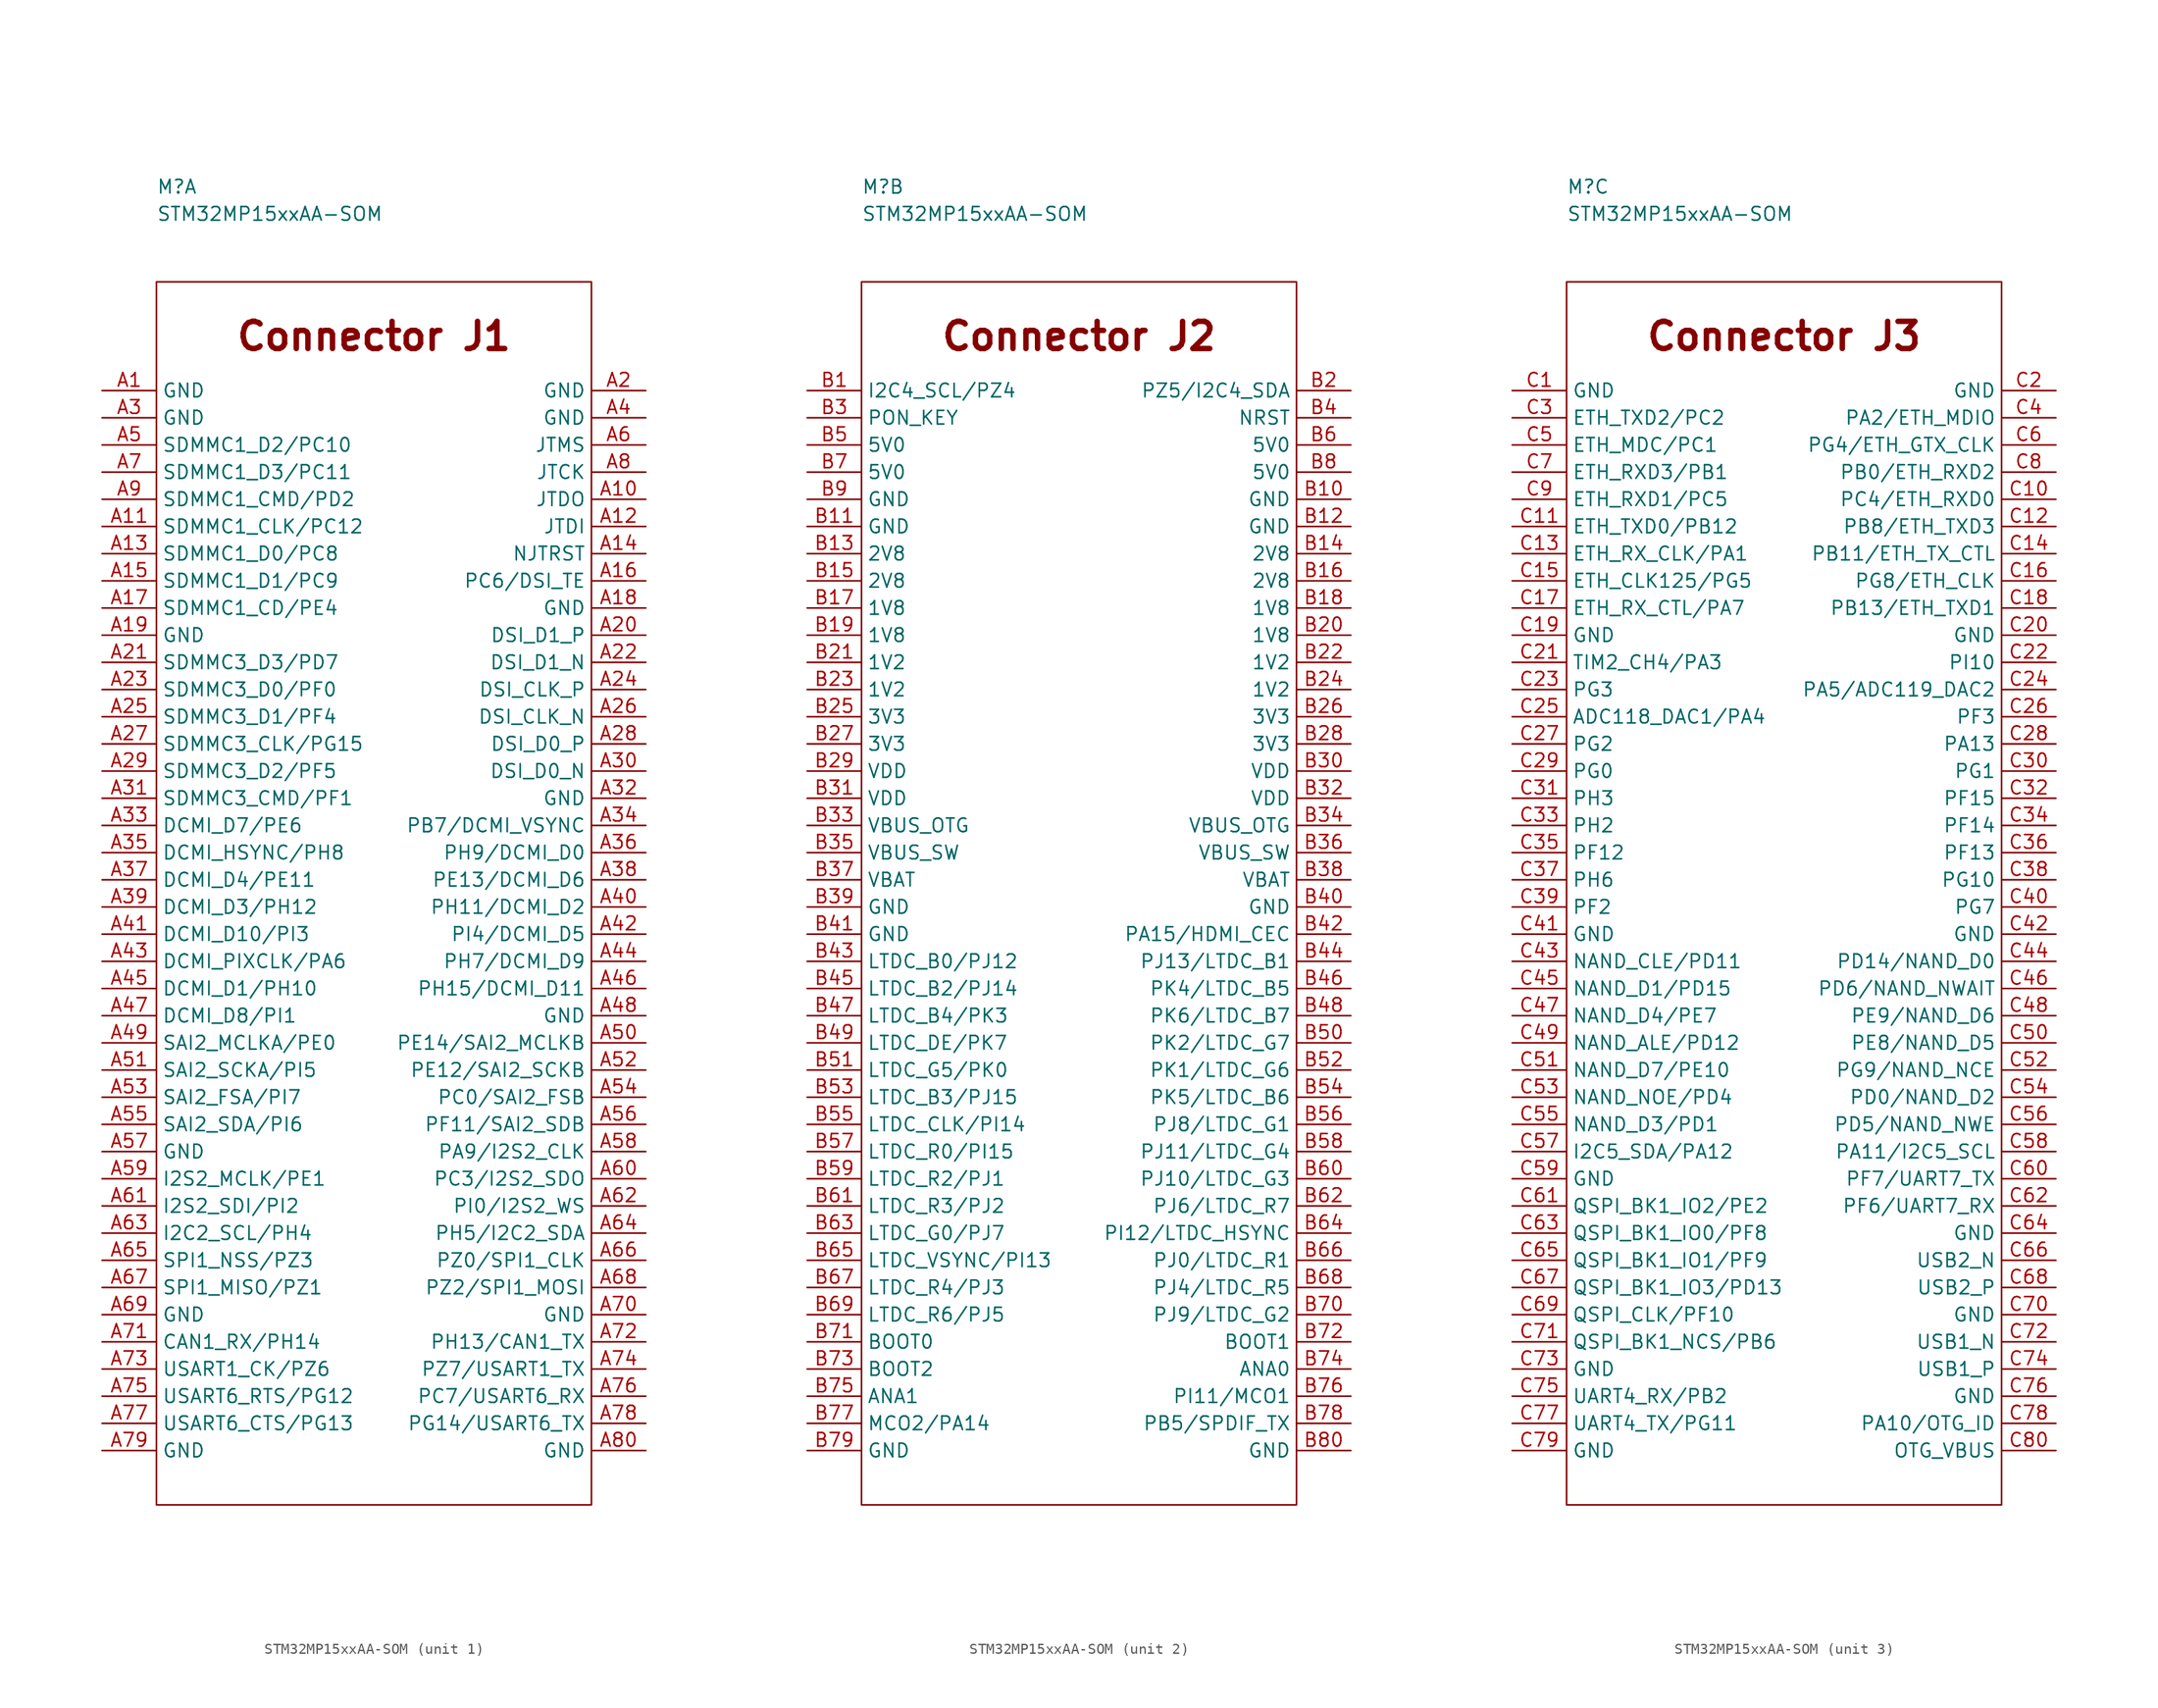
<source format=kicad_sym>
(kicad_symbol_lib
  (version 20211014)
  (generator kicad_symbol_editor)
  (symbol "STM32MP15xxAA-SOM"
    (property "Reference" "M"
      (at 0 8.89 0)
      (effects (font (size 1.27 1.27)) (justify left)))
    (property "Value" "STM32MP15xxAA-SOM"
      (at 0 6.35 0)
      (effects (font (size 1.27 1.27)) (justify left)))
    (symbol "STM32MP15xxAA-SOM_1_1"
      (rectangle (start 0 0) (end 40.64 -114.3) (stroke (width 0.152) (type default) (color 0 0 0 0)) (fill (type none)))
      (text "Connector J1" (at 20.32 -5.08 0) (effects (font (size 2.54 2.54) bold)))
      (pin passive line (at -5.08 -10.16 0) (length 5.08) (name "GND" (effects (font (size 1.27 1.27)))) (number "A1" (effects (font (size 1.27 1.27)))))
      (pin passive line (at 45.72 -20.32 180) (length 5.08) (name "JTDO" (effects (font (size 1.27 1.27)))) (number "A10" (effects (font (size 1.27 1.27)))))
      (pin passive line (at -5.08 -22.86 0) (length 5.08) (name "SDMMC1_CLK/PC12" (effects (font (size 1.27 1.27)))) (number "A11" (effects (font (size 1.27 1.27)))))
      (pin passive line (at 45.72 -22.86 180) (length 5.08) (name "JTDI" (effects (font (size 1.27 1.27)))) (number "A12" (effects (font (size 1.27 1.27)))))
      (pin passive line (at -5.08 -25.4 0) (length 5.08) (name "SDMMC1_D0/PC8" (effects (font (size 1.27 1.27)))) (number "A13" (effects (font (size 1.27 1.27)))))
      (pin passive line (at 45.72 -25.4 180) (length 5.08) (name "NJTRST" (effects (font (size 1.27 1.27)))) (number "A14" (effects (font (size 1.27 1.27)))))
      (pin passive line (at -5.08 -27.94 0) (length 5.08) (name "SDMMC1_D1/PC9" (effects (font (size 1.27 1.27)))) (number "A15" (effects (font (size 1.27 1.27)))))
      (pin passive line (at 45.72 -27.94 180) (length 5.08) (name "PC6/DSI_TE" (effects (font (size 1.27 1.27)))) (number "A16" (effects (font (size 1.27 1.27)))))
      (pin passive line (at -5.08 -30.48 0) (length 5.08) (name "SDMMC1_CD/PE4" (effects (font (size 1.27 1.27)))) (number "A17" (effects (font (size 1.27 1.27)))))
      (pin passive line (at 45.72 -30.48 180) (length 5.08) (name "GND" (effects (font (size 1.27 1.27)))) (number "A18" (effects (font (size 1.27 1.27)))))
      (pin passive line (at -5.08 -33.02 0) (length 5.08) (name "GND" (effects (font (size 1.27 1.27)))) (number "A19" (effects (font (size 1.27 1.27)))))
      (pin passive line (at 45.72 -10.16 180) (length 5.08) (name "GND" (effects (font (size 1.27 1.27)))) (number "A2" (effects (font (size 1.27 1.27)))))
      (pin passive line (at 45.72 -33.02 180) (length 5.08) (name "DSI_D1_P" (effects (font (size 1.27 1.27)))) (number "A20" (effects (font (size 1.27 1.27)))))
      (pin passive line (at -5.08 -35.56 0) (length 5.08) (name "SDMMC3_D3/PD7" (effects (font (size 1.27 1.27)))) (number "A21" (effects (font (size 1.27 1.27)))))
      (pin passive line (at 45.72 -35.56 180) (length 5.08) (name "DSI_D1_N" (effects (font (size 1.27 1.27)))) (number "A22" (effects (font (size 1.27 1.27)))))
      (pin passive line (at -5.08 -38.1 0) (length 5.08) (name "SDMMC3_D0/PF0" (effects (font (size 1.27 1.27)))) (number "A23" (effects (font (size 1.27 1.27)))))
      (pin passive line (at 45.72 -38.1 180) (length 5.08) (name "DSI_CLK_P" (effects (font (size 1.27 1.27)))) (number "A24" (effects (font (size 1.27 1.27)))))
      (pin passive line (at -5.08 -40.64 0) (length 5.08) (name "SDMMC3_D1/PF4" (effects (font (size 1.27 1.27)))) (number "A25" (effects (font (size 1.27 1.27)))))
      (pin passive line (at 45.72 -40.64 180) (length 5.08) (name "DSI_CLK_N" (effects (font (size 1.27 1.27)))) (number "A26" (effects (font (size 1.27 1.27)))))
      (pin passive line (at -5.08 -43.18 0) (length 5.08) (name "SDMMC3_CLK/PG15" (effects (font (size 1.27 1.27)))) (number "A27" (effects (font (size 1.27 1.27)))))
      (pin passive line (at 45.72 -43.18 180) (length 5.08) (name "DSI_D0_P" (effects (font (size 1.27 1.27)))) (number "A28" (effects (font (size 1.27 1.27)))))
      (pin passive line (at -5.08 -45.72 0) (length 5.08) (name "SDMMC3_D2/PF5" (effects (font (size 1.27 1.27)))) (number "A29" (effects (font (size 1.27 1.27)))))
      (pin passive line (at -5.08 -12.7 0) (length 5.08) (name "GND" (effects (font (size 1.27 1.27)))) (number "A3" (effects (font (size 1.27 1.27)))))
      (pin passive line (at 45.72 -45.72 180) (length 5.08) (name "DSI_D0_N" (effects (font (size 1.27 1.27)))) (number "A30" (effects (font (size 1.27 1.27)))))
      (pin passive line (at -5.08 -48.26 0) (length 5.08) (name "SDMMC3_CMD/PF1" (effects (font (size 1.27 1.27)))) (number "A31" (effects (font (size 1.27 1.27)))))
      (pin passive line (at 45.72 -48.26 180) (length 5.08) (name "GND" (effects (font (size 1.27 1.27)))) (number "A32" (effects (font (size 1.27 1.27)))))
      (pin passive line (at -5.08 -50.8 0) (length 5.08) (name "DCMI_D7/PE6" (effects (font (size 1.27 1.27)))) (number "A33" (effects (font (size 1.27 1.27)))))
      (pin passive line (at 45.72 -50.8 180) (length 5.08) (name "PB7/DCMI_VSYNC" (effects (font (size 1.27 1.27)))) (number "A34" (effects (font (size 1.27 1.27)))))
      (pin passive line (at -5.08 -53.34 0) (length 5.08) (name "DCMI_HSYNC/PH8" (effects (font (size 1.27 1.27)))) (number "A35" (effects (font (size 1.27 1.27)))))
      (pin passive line (at 45.72 -53.34 180) (length 5.08) (name "PH9/DCMI_D0" (effects (font (size 1.27 1.27)))) (number "A36" (effects (font (size 1.27 1.27)))))
      (pin passive line (at -5.08 -55.88 0) (length 5.08) (name "DCMI_D4/PE11" (effects (font (size 1.27 1.27)))) (number "A37" (effects (font (size 1.27 1.27)))))
      (pin passive line (at 45.72 -55.88 180) (length 5.08) (name "PE13/DCMI_D6" (effects (font (size 1.27 1.27)))) (number "A38" (effects (font (size 1.27 1.27)))))
      (pin passive line (at -5.08 -58.42 0) (length 5.08) (name "DCMI_D3/PH12" (effects (font (size 1.27 1.27)))) (number "A39" (effects (font (size 1.27 1.27)))))
      (pin passive line (at 45.72 -12.7 180) (length 5.08) (name "GND" (effects (font (size 1.27 1.27)))) (number "A4" (effects (font (size 1.27 1.27)))))
      (pin passive line (at 45.72 -58.42 180) (length 5.08) (name "PH11/DCMI_D2" (effects (font (size 1.27 1.27)))) (number "A40" (effects (font (size 1.27 1.27)))))
      (pin passive line (at -5.08 -60.96 0) (length 5.08) (name "DCMI_D10/PI3" (effects (font (size 1.27 1.27)))) (number "A41" (effects (font (size 1.27 1.27)))))
      (pin passive line (at 45.72 -60.96 180) (length 5.08) (name "PI4/DCMI_D5" (effects (font (size 1.27 1.27)))) (number "A42" (effects (font (size 1.27 1.27)))))
      (pin passive line (at -5.08 -63.5 0) (length 5.08) (name "DCMI_PIXCLK/PA6" (effects (font (size 1.27 1.27)))) (number "A43" (effects (font (size 1.27 1.27)))))
      (pin passive line (at 45.72 -63.5 180) (length 5.08) (name "PH7/DCMI_D9" (effects (font (size 1.27 1.27)))) (number "A44" (effects (font (size 1.27 1.27)))))
      (pin passive line (at -5.08 -66.04 0) (length 5.08) (name "DCMI_D1/PH10" (effects (font (size 1.27 1.27)))) (number "A45" (effects (font (size 1.27 1.27)))))
      (pin passive line (at 45.72 -66.04 180) (length 5.08) (name "PH15/DCMI_D11" (effects (font (size 1.27 1.27)))) (number "A46" (effects (font (size 1.27 1.27)))))
      (pin passive line (at -5.08 -68.58 0) (length 5.08) (name "DCMI_D8/PI1" (effects (font (size 1.27 1.27)))) (number "A47" (effects (font (size 1.27 1.27)))))
      (pin passive line (at 45.72 -68.58 180) (length 5.08) (name "GND" (effects (font (size 1.27 1.27)))) (number "A48" (effects (font (size 1.27 1.27)))))
      (pin passive line (at -5.08 -71.12 0) (length 5.08) (name "SAI2_MCLKA/PE0" (effects (font (size 1.27 1.27)))) (number "A49" (effects (font (size 1.27 1.27)))))
      (pin passive line (at -5.08 -15.24 0) (length 5.08) (name "SDMMC1_D2/PC10" (effects (font (size 1.27 1.27)))) (number "A5" (effects (font (size 1.27 1.27)))))
      (pin passive line (at 45.72 -71.12 180) (length 5.08) (name "PE14/SAI2_MCLKB" (effects (font (size 1.27 1.27)))) (number "A50" (effects (font (size 1.27 1.27)))))
      (pin passive line (at -5.08 -73.66 0) (length 5.08) (name "SAI2_SCKA/PI5" (effects (font (size 1.27 1.27)))) (number "A51" (effects (font (size 1.27 1.27)))))
      (pin passive line (at 45.72 -73.66 180) (length 5.08) (name "PE12/SAI2_SCKB" (effects (font (size 1.27 1.27)))) (number "A52" (effects (font (size 1.27 1.27)))))
      (pin passive line (at -5.08 -76.2 0) (length 5.08) (name "SAI2_FSA/PI7" (effects (font (size 1.27 1.27)))) (number "A53" (effects (font (size 1.27 1.27)))))
      (pin passive line (at 45.72 -76.2 180) (length 5.08) (name "PC0/SAI2_FSB" (effects (font (size 1.27 1.27)))) (number "A54" (effects (font (size 1.27 1.27)))))
      (pin passive line (at -5.08 -78.74 0) (length 5.08) (name "SAI2_SDA/PI6" (effects (font (size 1.27 1.27)))) (number "A55" (effects (font (size 1.27 1.27)))))
      (pin passive line (at 45.72 -78.74 180) (length 5.08) (name "PF11/SAI2_SDB" (effects (font (size 1.27 1.27)))) (number "A56" (effects (font (size 1.27 1.27)))))
      (pin passive line (at -5.08 -81.28 0) (length 5.08) (name "GND" (effects (font (size 1.27 1.27)))) (number "A57" (effects (font (size 1.27 1.27)))))
      (pin passive line (at 45.72 -81.28 180) (length 5.08) (name "PA9/I2S2_CLK" (effects (font (size 1.27 1.27)))) (number "A58" (effects (font (size 1.27 1.27)))))
      (pin passive line (at -5.08 -83.82 0) (length 5.08) (name "I2S2_MCLK/PE1" (effects (font (size 1.27 1.27)))) (number "A59" (effects (font (size 1.27 1.27)))))
      (pin passive line (at 45.72 -15.24 180) (length 5.08) (name "JTMS" (effects (font (size 1.27 1.27)))) (number "A6" (effects (font (size 1.27 1.27)))))
      (pin passive line (at 45.72 -83.82 180) (length 5.08) (name "PC3/I2S2_SDO" (effects (font (size 1.27 1.27)))) (number "A60" (effects (font (size 1.27 1.27)))))
      (pin passive line (at -5.08 -86.36 0) (length 5.08) (name "I2S2_SDI/PI2" (effects (font (size 1.27 1.27)))) (number "A61" (effects (font (size 1.27 1.27)))))
      (pin passive line (at 45.72 -86.36 180) (length 5.08) (name "PI0/I2S2_WS" (effects (font (size 1.27 1.27)))) (number "A62" (effects (font (size 1.27 1.27)))))
      (pin passive line (at -5.08 -88.9 0) (length 5.08) (name "I2C2_SCL/PH4" (effects (font (size 1.27 1.27)))) (number "A63" (effects (font (size 1.27 1.27)))))
      (pin passive line (at 45.72 -88.9 180) (length 5.08) (name "PH5/I2C2_SDA" (effects (font (size 1.27 1.27)))) (number "A64" (effects (font (size 1.27 1.27)))))
      (pin passive line (at -5.08 -91.44 0) (length 5.08) (name "SPI1_NSS/PZ3" (effects (font (size 1.27 1.27)))) (number "A65" (effects (font (size 1.27 1.27)))))
      (pin passive line (at 45.72 -91.44 180) (length 5.08) (name "PZ0/SPI1_CLK" (effects (font (size 1.27 1.27)))) (number "A66" (effects (font (size 1.27 1.27)))))
      (pin passive line (at -5.08 -93.98 0) (length 5.08) (name "SPI1_MISO/PZ1" (effects (font (size 1.27 1.27)))) (number "A67" (effects (font (size 1.27 1.27)))))
      (pin passive line (at 45.72 -93.98 180) (length 5.08) (name "PZ2/SPI1_MOSI" (effects (font (size 1.27 1.27)))) (number "A68" (effects (font (size 1.27 1.27)))))
      (pin passive line (at -5.08 -96.52 0) (length 5.08) (name "GND" (effects (font (size 1.27 1.27)))) (number "A69" (effects (font (size 1.27 1.27)))))
      (pin passive line (at -5.08 -17.78 0) (length 5.08) (name "SDMMC1_D3/PC11" (effects (font (size 1.27 1.27)))) (number "A7" (effects (font (size 1.27 1.27)))))
      (pin passive line (at 45.72 -96.52 180) (length 5.08) (name "GND" (effects (font (size 1.27 1.27)))) (number "A70" (effects (font (size 1.27 1.27)))))
      (pin passive line (at -5.08 -99.06 0) (length 5.08) (name "CAN1_RX/PH14" (effects (font (size 1.27 1.27)))) (number "A71" (effects (font (size 1.27 1.27)))))
      (pin passive line (at 45.72 -99.06 180) (length 5.08) (name "PH13/CAN1_TX" (effects (font (size 1.27 1.27)))) (number "A72" (effects (font (size 1.27 1.27)))))
      (pin passive line (at -5.08 -101.6 0) (length 5.08) (name "USART1_CK/PZ6" (effects (font (size 1.27 1.27)))) (number "A73" (effects (font (size 1.27 1.27)))))
      (pin passive line (at 45.72 -101.6 180) (length 5.08) (name "PZ7/USART1_TX" (effects (font (size 1.27 1.27)))) (number "A74" (effects (font (size 1.27 1.27)))))
      (pin passive line (at -5.08 -104.14 0) (length 5.08) (name "USART6_RTS/PG12" (effects (font (size 1.27 1.27)))) (number "A75" (effects (font (size 1.27 1.27)))))
      (pin passive line (at 45.72 -104.14 180) (length 5.08) (name "PC7/USART6_RX" (effects (font (size 1.27 1.27)))) (number "A76" (effects (font (size 1.27 1.27)))))
      (pin passive line (at -5.08 -106.68 0) (length 5.08) (name "USART6_CTS/PG13" (effects (font (size 1.27 1.27)))) (number "A77" (effects (font (size 1.27 1.27)))))
      (pin passive line (at 45.72 -106.68 180) (length 5.08) (name "PG14/USART6_TX" (effects (font (size 1.27 1.27)))) (number "A78" (effects (font (size 1.27 1.27)))))
      (pin passive line (at -5.08 -109.22 0) (length 5.08) (name "GND" (effects (font (size 1.27 1.27)))) (number "A79" (effects (font (size 1.27 1.27)))))
      (pin passive line (at 45.72 -17.78 180) (length 5.08) (name "JTCK" (effects (font (size 1.27 1.27)))) (number "A8" (effects (font (size 1.27 1.27)))))
      (pin passive line (at 45.72 -109.22 180) (length 5.08) (name "GND" (effects (font (size 1.27 1.27)))) (number "A80" (effects (font (size 1.27 1.27)))))
      (pin passive line (at -5.08 -20.32 0) (length 5.08) (name "SDMMC1_CMD/PD2" (effects (font (size 1.27 1.27)))) (number "A9" (effects (font (size 1.27 1.27))))))
    (symbol "STM32MP15xxAA-SOM_2_1"
      (rectangle (start 0 0) (end 40.64 -114.3) (stroke (width 0.152) (type default) (color 0 0 0 0)) (fill (type none)))
      (text "Connector J2" (at 20.32 -5.08 0) (effects (font (size 2.54 2.54) bold)))
      (pin passive line (at -5.08 -10.16 0) (length 5.08) (name "I2C4_SCL/PZ4" (effects (font (size 1.27 1.27)))) (number "B1" (effects (font (size 1.27 1.27)))))
      (pin passive line (at 45.72 -20.32 180) (length 5.08) (name "GND" (effects (font (size 1.27 1.27)))) (number "B10" (effects (font (size 1.27 1.27)))))
      (pin passive line (at -5.08 -22.86 0) (length 5.08) (name "GND" (effects (font (size 1.27 1.27)))) (number "B11" (effects (font (size 1.27 1.27)))))
      (pin passive line (at 45.72 -22.86 180) (length 5.08) (name "GND" (effects (font (size 1.27 1.27)))) (number "B12" (effects (font (size 1.27 1.27)))))
      (pin passive line (at -5.08 -25.4 0) (length 5.08) (name "2V8" (effects (font (size 1.27 1.27)))) (number "B13" (effects (font (size 1.27 1.27)))))
      (pin passive line (at 45.72 -25.4 180) (length 5.08) (name "2V8" (effects (font (size 1.27 1.27)))) (number "B14" (effects (font (size 1.27 1.27)))))
      (pin passive line (at -5.08 -27.94 0) (length 5.08) (name "2V8" (effects (font (size 1.27 1.27)))) (number "B15" (effects (font (size 1.27 1.27)))))
      (pin passive line (at 45.72 -27.94 180) (length 5.08) (name "2V8" (effects (font (size 1.27 1.27)))) (number "B16" (effects (font (size 1.27 1.27)))))
      (pin passive line (at -5.08 -30.48 0) (length 5.08) (name "1V8" (effects (font (size 1.27 1.27)))) (number "B17" (effects (font (size 1.27 1.27)))))
      (pin passive line (at 45.72 -30.48 180) (length 5.08) (name "1V8" (effects (font (size 1.27 1.27)))) (number "B18" (effects (font (size 1.27 1.27)))))
      (pin passive line (at -5.08 -33.02 0) (length 5.08) (name "1V8" (effects (font (size 1.27 1.27)))) (number "B19" (effects (font (size 1.27 1.27)))))
      (pin passive line (at 45.72 -10.16 180) (length 5.08) (name "PZ5/I2C4_SDA" (effects (font (size 1.27 1.27)))) (number "B2" (effects (font (size 1.27 1.27)))))
      (pin passive line (at 45.72 -33.02 180) (length 5.08) (name "1V8" (effects (font (size 1.27 1.27)))) (number "B20" (effects (font (size 1.27 1.27)))))
      (pin passive line (at -5.08 -35.56 0) (length 5.08) (name "1V2" (effects (font (size 1.27 1.27)))) (number "B21" (effects (font (size 1.27 1.27)))))
      (pin passive line (at 45.72 -35.56 180) (length 5.08) (name "1V2" (effects (font (size 1.27 1.27)))) (number "B22" (effects (font (size 1.27 1.27)))))
      (pin passive line (at -5.08 -38.1 0) (length 5.08) (name "1V2" (effects (font (size 1.27 1.27)))) (number "B23" (effects (font (size 1.27 1.27)))))
      (pin passive line (at 45.72 -38.1 180) (length 5.08) (name "1V2" (effects (font (size 1.27 1.27)))) (number "B24" (effects (font (size 1.27 1.27)))))
      (pin passive line (at -5.08 -40.64 0) (length 5.08) (name "3V3" (effects (font (size 1.27 1.27)))) (number "B25" (effects (font (size 1.27 1.27)))))
      (pin passive line (at 45.72 -40.64 180) (length 5.08) (name "3V3" (effects (font (size 1.27 1.27)))) (number "B26" (effects (font (size 1.27 1.27)))))
      (pin passive line (at -5.08 -43.18 0) (length 5.08) (name "3V3" (effects (font (size 1.27 1.27)))) (number "B27" (effects (font (size 1.27 1.27)))))
      (pin passive line (at 45.72 -43.18 180) (length 5.08) (name "3V3" (effects (font (size 1.27 1.27)))) (number "B28" (effects (font (size 1.27 1.27)))))
      (pin passive line (at -5.08 -45.72 0) (length 5.08) (name "VDD" (effects (font (size 1.27 1.27)))) (number "B29" (effects (font (size 1.27 1.27)))))
      (pin passive line (at -5.08 -12.7 0) (length 5.08) (name "PON_KEY" (effects (font (size 1.27 1.27)))) (number "B3" (effects (font (size 1.27 1.27)))))
      (pin passive line (at 45.72 -45.72 180) (length 5.08) (name "VDD" (effects (font (size 1.27 1.27)))) (number "B30" (effects (font (size 1.27 1.27)))))
      (pin passive line (at -5.08 -48.26 0) (length 5.08) (name "VDD" (effects (font (size 1.27 1.27)))) (number "B31" (effects (font (size 1.27 1.27)))))
      (pin passive line (at 45.72 -48.26 180) (length 5.08) (name "VDD" (effects (font (size 1.27 1.27)))) (number "B32" (effects (font (size 1.27 1.27)))))
      (pin passive line (at -5.08 -50.8 0) (length 5.08) (name "VBUS_OTG" (effects (font (size 1.27 1.27)))) (number "B33" (effects (font (size 1.27 1.27)))))
      (pin passive line (at 45.72 -50.8 180) (length 5.08) (name "VBUS_OTG" (effects (font (size 1.27 1.27)))) (number "B34" (effects (font (size 1.27 1.27)))))
      (pin passive line (at -5.08 -53.34 0) (length 5.08) (name "VBUS_SW" (effects (font (size 1.27 1.27)))) (number "B35" (effects (font (size 1.27 1.27)))))
      (pin passive line (at 45.72 -53.34 180) (length 5.08) (name "VBUS_SW" (effects (font (size 1.27 1.27)))) (number "B36" (effects (font (size 1.27 1.27)))))
      (pin passive line (at -5.08 -55.88 0) (length 5.08) (name "VBAT" (effects (font (size 1.27 1.27)))) (number "B37" (effects (font (size 1.27 1.27)))))
      (pin passive line (at 45.72 -55.88 180) (length 5.08) (name "VBAT" (effects (font (size 1.27 1.27)))) (number "B38" (effects (font (size 1.27 1.27)))))
      (pin passive line (at -5.08 -58.42 0) (length 5.08) (name "GND" (effects (font (size 1.27 1.27)))) (number "B39" (effects (font (size 1.27 1.27)))))
      (pin passive line (at 45.72 -12.7 180) (length 5.08) (name "NRST" (effects (font (size 1.27 1.27)))) (number "B4" (effects (font (size 1.27 1.27)))))
      (pin passive line (at 45.72 -58.42 180) (length 5.08) (name "GND" (effects (font (size 1.27 1.27)))) (number "B40" (effects (font (size 1.27 1.27)))))
      (pin passive line (at -5.08 -60.96 0) (length 5.08) (name "GND" (effects (font (size 1.27 1.27)))) (number "B41" (effects (font (size 1.27 1.27)))))
      (pin passive line (at 45.72 -60.96 180) (length 5.08) (name "PA15/HDMI_CEC" (effects (font (size 1.27 1.27)))) (number "B42" (effects (font (size 1.27 1.27)))))
      (pin passive line (at -5.08 -63.5 0) (length 5.08) (name "LTDC_B0/PJ12" (effects (font (size 1.27 1.27)))) (number "B43" (effects (font (size 1.27 1.27)))))
      (pin passive line (at 45.72 -63.5 180) (length 5.08) (name "PJ13/LTDC_B1" (effects (font (size 1.27 1.27)))) (number "B44" (effects (font (size 1.27 1.27)))))
      (pin passive line (at -5.08 -66.04 0) (length 5.08) (name "LTDC_B2/PJ14" (effects (font (size 1.27 1.27)))) (number "B45" (effects (font (size 1.27 1.27)))))
      (pin passive line (at 45.72 -66.04 180) (length 5.08) (name "PK4/LTDC_B5" (effects (font (size 1.27 1.27)))) (number "B46" (effects (font (size 1.27 1.27)))))
      (pin passive line (at -5.08 -68.58 0) (length 5.08) (name "LTDC_B4/PK3" (effects (font (size 1.27 1.27)))) (number "B47" (effects (font (size 1.27 1.27)))))
      (pin passive line (at 45.72 -68.58 180) (length 5.08) (name "PK6/LTDC_B7" (effects (font (size 1.27 1.27)))) (number "B48" (effects (font (size 1.27 1.27)))))
      (pin passive line (at -5.08 -71.12 0) (length 5.08) (name "LTDC_DE/PK7" (effects (font (size 1.27 1.27)))) (number "B49" (effects (font (size 1.27 1.27)))))
      (pin passive line (at -5.08 -15.24 0) (length 5.08) (name "5V0" (effects (font (size 1.27 1.27)))) (number "B5" (effects (font (size 1.27 1.27)))))
      (pin passive line (at 45.72 -71.12 180) (length 5.08) (name "PK2/LTDC_G7" (effects (font (size 1.27 1.27)))) (number "B50" (effects (font (size 1.27 1.27)))))
      (pin passive line (at -5.08 -73.66 0) (length 5.08) (name "LTDC_G5/PK0" (effects (font (size 1.27 1.27)))) (number "B51" (effects (font (size 1.27 1.27)))))
      (pin passive line (at 45.72 -73.66 180) (length 5.08) (name "PK1/LTDC_G6" (effects (font (size 1.27 1.27)))) (number "B52" (effects (font (size 1.27 1.27)))))
      (pin passive line (at -5.08 -76.2 0) (length 5.08) (name "LTDC_B3/PJ15" (effects (font (size 1.27 1.27)))) (number "B53" (effects (font (size 1.27 1.27)))))
      (pin passive line (at 45.72 -76.2 180) (length 5.08) (name "PK5/LTDC_B6" (effects (font (size 1.27 1.27)))) (number "B54" (effects (font (size 1.27 1.27)))))
      (pin passive line (at -5.08 -78.74 0) (length 5.08) (name "LTDC_CLK/PI14" (effects (font (size 1.27 1.27)))) (number "B55" (effects (font (size 1.27 1.27)))))
      (pin passive line (at 45.72 -78.74 180) (length 5.08) (name "PJ8/LTDC_G1" (effects (font (size 1.27 1.27)))) (number "B56" (effects (font (size 1.27 1.27)))))
      (pin passive line (at -5.08 -81.28 0) (length 5.08) (name "LTDC_R0/PI15" (effects (font (size 1.27 1.27)))) (number "B57" (effects (font (size 1.27 1.27)))))
      (pin passive line (at 45.72 -81.28 180) (length 5.08) (name "PJ11/LTDC_G4" (effects (font (size 1.27 1.27)))) (number "B58" (effects (font (size 1.27 1.27)))))
      (pin passive line (at -5.08 -83.82 0) (length 5.08) (name "LTDC_R2/PJ1" (effects (font (size 1.27 1.27)))) (number "B59" (effects (font (size 1.27 1.27)))))
      (pin passive line (at 45.72 -15.24 180) (length 5.08) (name "5V0" (effects (font (size 1.27 1.27)))) (number "B6" (effects (font (size 1.27 1.27)))))
      (pin passive line (at 45.72 -83.82 180) (length 5.08) (name "PJ10/LTDC_G3" (effects (font (size 1.27 1.27)))) (number "B60" (effects (font (size 1.27 1.27)))))
      (pin passive line (at -5.08 -86.36 0) (length 5.08) (name "LTDC_R3/PJ2" (effects (font (size 1.27 1.27)))) (number "B61" (effects (font (size 1.27 1.27)))))
      (pin passive line (at 45.72 -86.36 180) (length 5.08) (name "PJ6/LTDC_R7" (effects (font (size 1.27 1.27)))) (number "B62" (effects (font (size 1.27 1.27)))))
      (pin passive line (at -5.08 -88.9 0) (length 5.08) (name "LTDC_G0/PJ7" (effects (font (size 1.27 1.27)))) (number "B63" (effects (font (size 1.27 1.27)))))
      (pin passive line (at 45.72 -88.9 180) (length 5.08) (name "PI12/LTDC_HSYNC" (effects (font (size 1.27 1.27)))) (number "B64" (effects (font (size 1.27 1.27)))))
      (pin passive line (at -5.08 -91.44 0) (length 5.08) (name "LTDC_VSYNC/PI13" (effects (font (size 1.27 1.27)))) (number "B65" (effects (font (size 1.27 1.27)))))
      (pin passive line (at 45.72 -91.44 180) (length 5.08) (name "PJ0/LTDC_R1" (effects (font (size 1.27 1.27)))) (number "B66" (effects (font (size 1.27 1.27)))))
      (pin passive line (at -5.08 -93.98 0) (length 5.08) (name "LTDC_R4/PJ3" (effects (font (size 1.27 1.27)))) (number "B67" (effects (font (size 1.27 1.27)))))
      (pin passive line (at 45.72 -93.98 180) (length 5.08) (name "PJ4/LTDC_R5" (effects (font (size 1.27 1.27)))) (number "B68" (effects (font (size 1.27 1.27)))))
      (pin passive line (at -5.08 -96.52 0) (length 5.08) (name "LTDC_R6/PJ5" (effects (font (size 1.27 1.27)))) (number "B69" (effects (font (size 1.27 1.27)))))
      (pin passive line (at -5.08 -17.78 0) (length 5.08) (name "5V0" (effects (font (size 1.27 1.27)))) (number "B7" (effects (font (size 1.27 1.27)))))
      (pin passive line (at 45.72 -96.52 180) (length 5.08) (name "PJ9/LTDC_G2" (effects (font (size 1.27 1.27)))) (number "B70" (effects (font (size 1.27 1.27)))))
      (pin passive line (at -5.08 -99.06 0) (length 5.08) (name "BOOT0" (effects (font (size 1.27 1.27)))) (number "B71" (effects (font (size 1.27 1.27)))))
      (pin passive line (at 45.72 -99.06 180) (length 5.08) (name "BOOT1" (effects (font (size 1.27 1.27)))) (number "B72" (effects (font (size 1.27 1.27)))))
      (pin passive line (at -5.08 -101.6 0) (length 5.08) (name "BOOT2" (effects (font (size 1.27 1.27)))) (number "B73" (effects (font (size 1.27 1.27)))))
      (pin passive line (at 45.72 -101.6 180) (length 5.08) (name "ANA0" (effects (font (size 1.27 1.27)))) (number "B74" (effects (font (size 1.27 1.27)))))
      (pin passive line (at -5.08 -104.14 0) (length 5.08) (name "ANA1" (effects (font (size 1.27 1.27)))) (number "B75" (effects (font (size 1.27 1.27)))))
      (pin passive line (at 45.72 -104.14 180) (length 5.08) (name "PI11/MCO1" (effects (font (size 1.27 1.27)))) (number "B76" (effects (font (size 1.27 1.27)))))
      (pin passive line (at -5.08 -106.68 0) (length 5.08) (name "MCO2/PA14" (effects (font (size 1.27 1.27)))) (number "B77" (effects (font (size 1.27 1.27)))))
      (pin passive line (at 45.72 -106.68 180) (length 5.08) (name "PB5/SPDIF_TX" (effects (font (size 1.27 1.27)))) (number "B78" (effects (font (size 1.27 1.27)))))
      (pin passive line (at -5.08 -109.22 0) (length 5.08) (name "GND" (effects (font (size 1.27 1.27)))) (number "B79" (effects (font (size 1.27 1.27)))))
      (pin passive line (at 45.72 -17.78 180) (length 5.08) (name "5V0" (effects (font (size 1.27 1.27)))) (number "B8" (effects (font (size 1.27 1.27)))))
      (pin passive line (at 45.72 -109.22 180) (length 5.08) (name "GND" (effects (font (size 1.27 1.27)))) (number "B80" (effects (font (size 1.27 1.27)))))
      (pin passive line (at -5.08 -20.32 0) (length 5.08) (name "GND" (effects (font (size 1.27 1.27)))) (number "B9" (effects (font (size 1.27 1.27))))))
    (symbol "STM32MP15xxAA-SOM_3_1"
      (rectangle (start 0 0) (end 40.64 -114.3) (stroke (width 0.152) (type default) (color 0 0 0 0)) (fill (type none)))
      (text "Connector J3" (at 20.32 -5.08 0) (effects (font (size 2.54 2.54) bold)))
      (pin passive line (at -5.08 -10.16 0) (length 5.08) (name "GND" (effects (font (size 1.27 1.27)))) (number "C1" (effects (font (size 1.27 1.27)))))
      (pin passive line (at 45.72 -20.32 180) (length 5.08) (name "PC4/ETH_RXD0" (effects (font (size 1.27 1.27)))) (number "C10" (effects (font (size 1.27 1.27)))))
      (pin passive line (at -5.08 -22.86 0) (length 5.08) (name "ETH_TXD0/PB12" (effects (font (size 1.27 1.27)))) (number "C11" (effects (font (size 1.27 1.27)))))
      (pin passive line (at 45.72 -22.86 180) (length 5.08) (name "PB8/ETH_TXD3" (effects (font (size 1.27 1.27)))) (number "C12" (effects (font (size 1.27 1.27)))))
      (pin passive line (at -5.08 -25.4 0) (length 5.08) (name "ETH_RX_CLK/PA1" (effects (font (size 1.27 1.27)))) (number "C13" (effects (font (size 1.27 1.27)))))
      (pin passive line (at 45.72 -25.4 180) (length 5.08) (name "PB11/ETH_TX_CTL" (effects (font (size 1.27 1.27)))) (number "C14" (effects (font (size 1.27 1.27)))))
      (pin passive line (at -5.08 -27.94 0) (length 5.08) (name "ETH_CLK125/PG5" (effects (font (size 1.27 1.27)))) (number "C15" (effects (font (size 1.27 1.27)))))
      (pin passive line (at 45.72 -27.94 180) (length 5.08) (name "PG8/ETH_CLK" (effects (font (size 1.27 1.27)))) (number "C16" (effects (font (size 1.27 1.27)))))
      (pin passive line (at -5.08 -30.48 0) (length 5.08) (name "ETH_RX_CTL/PA7" (effects (font (size 1.27 1.27)))) (number "C17" (effects (font (size 1.27 1.27)))))
      (pin passive line (at 45.72 -30.48 180) (length 5.08) (name "PB13/ETH_TXD1" (effects (font (size 1.27 1.27)))) (number "C18" (effects (font (size 1.27 1.27)))))
      (pin passive line (at -5.08 -33.02 0) (length 5.08) (name "GND" (effects (font (size 1.27 1.27)))) (number "C19" (effects (font (size 1.27 1.27)))))
      (pin passive line (at 45.72 -10.16 180) (length 5.08) (name "GND" (effects (font (size 1.27 1.27)))) (number "C2" (effects (font (size 1.27 1.27)))))
      (pin passive line (at 45.72 -33.02 180) (length 5.08) (name "GND" (effects (font (size 1.27 1.27)))) (number "C20" (effects (font (size 1.27 1.27)))))
      (pin passive line (at -5.08 -35.56 0) (length 5.08) (name "TIM2_CH4/PA3" (effects (font (size 1.27 1.27)))) (number "C21" (effects (font (size 1.27 1.27)))))
      (pin passive line (at 45.72 -35.56 180) (length 5.08) (name "PI10" (effects (font (size 1.27 1.27)))) (number "C22" (effects (font (size 1.27 1.27)))))
      (pin passive line (at -5.08 -38.1 0) (length 5.08) (name "PG3" (effects (font (size 1.27 1.27)))) (number "C23" (effects (font (size 1.27 1.27)))))
      (pin passive line (at 45.72 -38.1 180) (length 5.08) (name "PA5/ADC119_DAC2" (effects (font (size 1.27 1.27)))) (number "C24" (effects (font (size 1.27 1.27)))))
      (pin passive line (at -5.08 -40.64 0) (length 5.08) (name "ADC118_DAC1/PA4" (effects (font (size 1.27 1.27)))) (number "C25" (effects (font (size 1.27 1.27)))))
      (pin passive line (at 45.72 -40.64 180) (length 5.08) (name "PF3" (effects (font (size 1.27 1.27)))) (number "C26" (effects (font (size 1.27 1.27)))))
      (pin passive line (at -5.08 -43.18 0) (length 5.08) (name "PG2" (effects (font (size 1.27 1.27)))) (number "C27" (effects (font (size 1.27 1.27)))))
      (pin passive line (at 45.72 -43.18 180) (length 5.08) (name "PA13" (effects (font (size 1.27 1.27)))) (number "C28" (effects (font (size 1.27 1.27)))))
      (pin passive line (at -5.08 -45.72 0) (length 5.08) (name "PG0" (effects (font (size 1.27 1.27)))) (number "C29" (effects (font (size 1.27 1.27)))))
      (pin passive line (at -5.08 -12.7 0) (length 5.08) (name "ETH_TXD2/PC2" (effects (font (size 1.27 1.27)))) (number "C3" (effects (font (size 1.27 1.27)))))
      (pin passive line (at 45.72 -45.72 180) (length 5.08) (name "PG1" (effects (font (size 1.27 1.27)))) (number "C30" (effects (font (size 1.27 1.27)))))
      (pin passive line (at -5.08 -48.26 0) (length 5.08) (name "PH3" (effects (font (size 1.27 1.27)))) (number "C31" (effects (font (size 1.27 1.27)))))
      (pin passive line (at 45.72 -48.26 180) (length 5.08) (name "PF15" (effects (font (size 1.27 1.27)))) (number "C32" (effects (font (size 1.27 1.27)))))
      (pin passive line (at -5.08 -50.8 0) (length 5.08) (name "PH2" (effects (font (size 1.27 1.27)))) (number "C33" (effects (font (size 1.27 1.27)))))
      (pin passive line (at 45.72 -50.8 180) (length 5.08) (name "PF14" (effects (font (size 1.27 1.27)))) (number "C34" (effects (font (size 1.27 1.27)))))
      (pin passive line (at -5.08 -53.34 0) (length 5.08) (name "PF12" (effects (font (size 1.27 1.27)))) (number "C35" (effects (font (size 1.27 1.27)))))
      (pin passive line (at 45.72 -53.34 180) (length 5.08) (name "PF13" (effects (font (size 1.27 1.27)))) (number "C36" (effects (font (size 1.27 1.27)))))
      (pin passive line (at -5.08 -55.88 0) (length 5.08) (name "PH6" (effects (font (size 1.27 1.27)))) (number "C37" (effects (font (size 1.27 1.27)))))
      (pin passive line (at 45.72 -55.88 180) (length 5.08) (name "PG10" (effects (font (size 1.27 1.27)))) (number "C38" (effects (font (size 1.27 1.27)))))
      (pin passive line (at -5.08 -58.42 0) (length 5.08) (name "PF2" (effects (font (size 1.27 1.27)))) (number "C39" (effects (font (size 1.27 1.27)))))
      (pin passive line (at 45.72 -12.7 180) (length 5.08) (name "PA2/ETH_MDIO" (effects (font (size 1.27 1.27)))) (number "C4" (effects (font (size 1.27 1.27)))))
      (pin passive line (at 45.72 -58.42 180) (length 5.08) (name "PG7" (effects (font (size 1.27 1.27)))) (number "C40" (effects (font (size 1.27 1.27)))))
      (pin passive line (at -5.08 -60.96 0) (length 5.08) (name "GND" (effects (font (size 1.27 1.27)))) (number "C41" (effects (font (size 1.27 1.27)))))
      (pin passive line (at 45.72 -60.96 180) (length 5.08) (name "GND" (effects (font (size 1.27 1.27)))) (number "C42" (effects (font (size 1.27 1.27)))))
      (pin passive line (at -5.08 -63.5 0) (length 5.08) (name "NAND_CLE/PD11" (effects (font (size 1.27 1.27)))) (number "C43" (effects (font (size 1.27 1.27)))))
      (pin passive line (at 45.72 -63.5 180) (length 5.08) (name "PD14/NAND_D0" (effects (font (size 1.27 1.27)))) (number "C44" (effects (font (size 1.27 1.27)))))
      (pin passive line (at -5.08 -66.04 0) (length 5.08) (name "NAND_D1/PD15" (effects (font (size 1.27 1.27)))) (number "C45" (effects (font (size 1.27 1.27)))))
      (pin passive line (at 45.72 -66.04 180) (length 5.08) (name "PD6/NAND_NWAIT" (effects (font (size 1.27 1.27)))) (number "C46" (effects (font (size 1.27 1.27)))))
      (pin passive line (at -5.08 -68.58 0) (length 5.08) (name "NAND_D4/PE7" (effects (font (size 1.27 1.27)))) (number "C47" (effects (font (size 1.27 1.27)))))
      (pin passive line (at 45.72 -68.58 180) (length 5.08) (name "PE9/NAND_D6" (effects (font (size 1.27 1.27)))) (number "C48" (effects (font (size 1.27 1.27)))))
      (pin passive line (at -5.08 -71.12 0) (length 5.08) (name "NAND_ALE/PD12" (effects (font (size 1.27 1.27)))) (number "C49" (effects (font (size 1.27 1.27)))))
      (pin passive line (at -5.08 -15.24 0) (length 5.08) (name "ETH_MDC/PC1" (effects (font (size 1.27 1.27)))) (number "C5" (effects (font (size 1.27 1.27)))))
      (pin passive line (at 45.72 -71.12 180) (length 5.08) (name "PE8/NAND_D5" (effects (font (size 1.27 1.27)))) (number "C50" (effects (font (size 1.27 1.27)))))
      (pin passive line (at -5.08 -73.66 0) (length 5.08) (name "NAND_D7/PE10" (effects (font (size 1.27 1.27)))) (number "C51" (effects (font (size 1.27 1.27)))))
      (pin passive line (at 45.72 -73.66 180) (length 5.08) (name "PG9/NAND_NCE" (effects (font (size 1.27 1.27)))) (number "C52" (effects (font (size 1.27 1.27)))))
      (pin passive line (at -5.08 -76.2 0) (length 5.08) (name "NAND_NOE/PD4" (effects (font (size 1.27 1.27)))) (number "C53" (effects (font (size 1.27 1.27)))))
      (pin passive line (at 45.72 -76.2 180) (length 5.08) (name "PD0/NAND_D2" (effects (font (size 1.27 1.27)))) (number "C54" (effects (font (size 1.27 1.27)))))
      (pin passive line (at -5.08 -78.74 0) (length 5.08) (name "NAND_D3/PD1" (effects (font (size 1.27 1.27)))) (number "C55" (effects (font (size 1.27 1.27)))))
      (pin passive line (at 45.72 -78.74 180) (length 5.08) (name "PD5/NAND_NWE" (effects (font (size 1.27 1.27)))) (number "C56" (effects (font (size 1.27 1.27)))))
      (pin passive line (at -5.08 -81.28 0) (length 5.08) (name "I2C5_SDA/PA12" (effects (font (size 1.27 1.27)))) (number "C57" (effects (font (size 1.27 1.27)))))
      (pin passive line (at 45.72 -81.28 180) (length 5.08) (name "PA11/I2C5_SCL" (effects (font (size 1.27 1.27)))) (number "C58" (effects (font (size 1.27 1.27)))))
      (pin passive line (at -5.08 -83.82 0) (length 5.08) (name "GND" (effects (font (size 1.27 1.27)))) (number "C59" (effects (font (size 1.27 1.27)))))
      (pin passive line (at 45.72 -15.24 180) (length 5.08) (name "PG4/ETH_GTX_CLK" (effects (font (size 1.27 1.27)))) (number "C6" (effects (font (size 1.27 1.27)))))
      (pin passive line (at 45.72 -83.82 180) (length 5.08) (name "PF7/UART7_TX" (effects (font (size 1.27 1.27)))) (number "C60" (effects (font (size 1.27 1.27)))))
      (pin passive line (at -5.08 -86.36 0) (length 5.08) (name "QSPI_BK1_IO2/PE2" (effects (font (size 1.27 1.27)))) (number "C61" (effects (font (size 1.27 1.27)))))
      (pin passive line (at 45.72 -86.36 180) (length 5.08) (name "PF6/UART7_RX" (effects (font (size 1.27 1.27)))) (number "C62" (effects (font (size 1.27 1.27)))))
      (pin passive line (at -5.08 -88.9 0) (length 5.08) (name "QSPI_BK1_IO0/PF8" (effects (font (size 1.27 1.27)))) (number "C63" (effects (font (size 1.27 1.27)))))
      (pin passive line (at 45.72 -88.9 180) (length 5.08) (name "GND" (effects (font (size 1.27 1.27)))) (number "C64" (effects (font (size 1.27 1.27)))))
      (pin passive line (at -5.08 -91.44 0) (length 5.08) (name "QSPI_BK1_IO1/PF9" (effects (font (size 1.27 1.27)))) (number "C65" (effects (font (size 1.27 1.27)))))
      (pin passive line (at 45.72 -91.44 180) (length 5.08) (name "USB2_N" (effects (font (size 1.27 1.27)))) (number "C66" (effects (font (size 1.27 1.27)))))
      (pin passive line (at -5.08 -93.98 0) (length 5.08) (name "QSPI_BK1_IO3/PD13" (effects (font (size 1.27 1.27)))) (number "C67" (effects (font (size 1.27 1.27)))))
      (pin passive line (at 45.72 -93.98 180) (length 5.08) (name "USB2_P" (effects (font (size 1.27 1.27)))) (number "C68" (effects (font (size 1.27 1.27)))))
      (pin passive line (at -5.08 -96.52 0) (length 5.08) (name "QSPI_CLK/PF10" (effects (font (size 1.27 1.27)))) (number "C69" (effects (font (size 1.27 1.27)))))
      (pin passive line (at -5.08 -17.78 0) (length 5.08) (name "ETH_RXD3/PB1" (effects (font (size 1.27 1.27)))) (number "C7" (effects (font (size 1.27 1.27)))))
      (pin passive line (at 45.72 -96.52 180) (length 5.08) (name "GND" (effects (font (size 1.27 1.27)))) (number "C70" (effects (font (size 1.27 1.27)))))
      (pin passive line (at -5.08 -99.06 0) (length 5.08) (name "QSPI_BK1_NCS/PB6" (effects (font (size 1.27 1.27)))) (number "C71" (effects (font (size 1.27 1.27)))))
      (pin passive line (at 45.72 -99.06 180) (length 5.08) (name "USB1_N" (effects (font (size 1.27 1.27)))) (number "C72" (effects (font (size 1.27 1.27)))))
      (pin passive line (at -5.08 -101.6 0) (length 5.08) (name "GND" (effects (font (size 1.27 1.27)))) (number "C73" (effects (font (size 1.27 1.27)))))
      (pin passive line (at 45.72 -101.6 180) (length 5.08) (name "USB1_P" (effects (font (size 1.27 1.27)))) (number "C74" (effects (font (size 1.27 1.27)))))
      (pin passive line (at -5.08 -104.14 0) (length 5.08) (name "UART4_RX/PB2" (effects (font (size 1.27 1.27)))) (number "C75" (effects (font (size 1.27 1.27)))))
      (pin passive line (at 45.72 -104.14 180) (length 5.08) (name "GND" (effects (font (size 1.27 1.27)))) (number "C76" (effects (font (size 1.27 1.27)))))
      (pin passive line (at -5.08 -106.68 0) (length 5.08) (name "UART4_TX/PG11" (effects (font (size 1.27 1.27)))) (number "C77" (effects (font (size 1.27 1.27)))))
      (pin passive line (at 45.72 -106.68 180) (length 5.08) (name "PA10/OTG_ID" (effects (font (size 1.27 1.27)))) (number "C78" (effects (font (size 1.27 1.27)))))
      (pin passive line (at -5.08 -109.22 0) (length 5.08) (name "GND" (effects (font (size 1.27 1.27)))) (number "C79" (effects (font (size 1.27 1.27)))))
      (pin passive line (at 45.72 -17.78 180) (length 5.08) (name "PB0/ETH_RXD2" (effects (font (size 1.27 1.27)))) (number "C8" (effects (font (size 1.27 1.27)))))
      (pin passive line (at 45.72 -109.22 180) (length 5.08) (name "OTG_VBUS" (effects (font (size 1.27 1.27)))) (number "C80" (effects (font (size 1.27 1.27)))))
      (pin passive line (at -5.08 -20.32 0) (length 5.08) (name "ETH_RXD1/PC5" (effects (font (size 1.27 1.27)))) (number "C9" (effects (font (size 1.27 1.27))))))))
</source>
